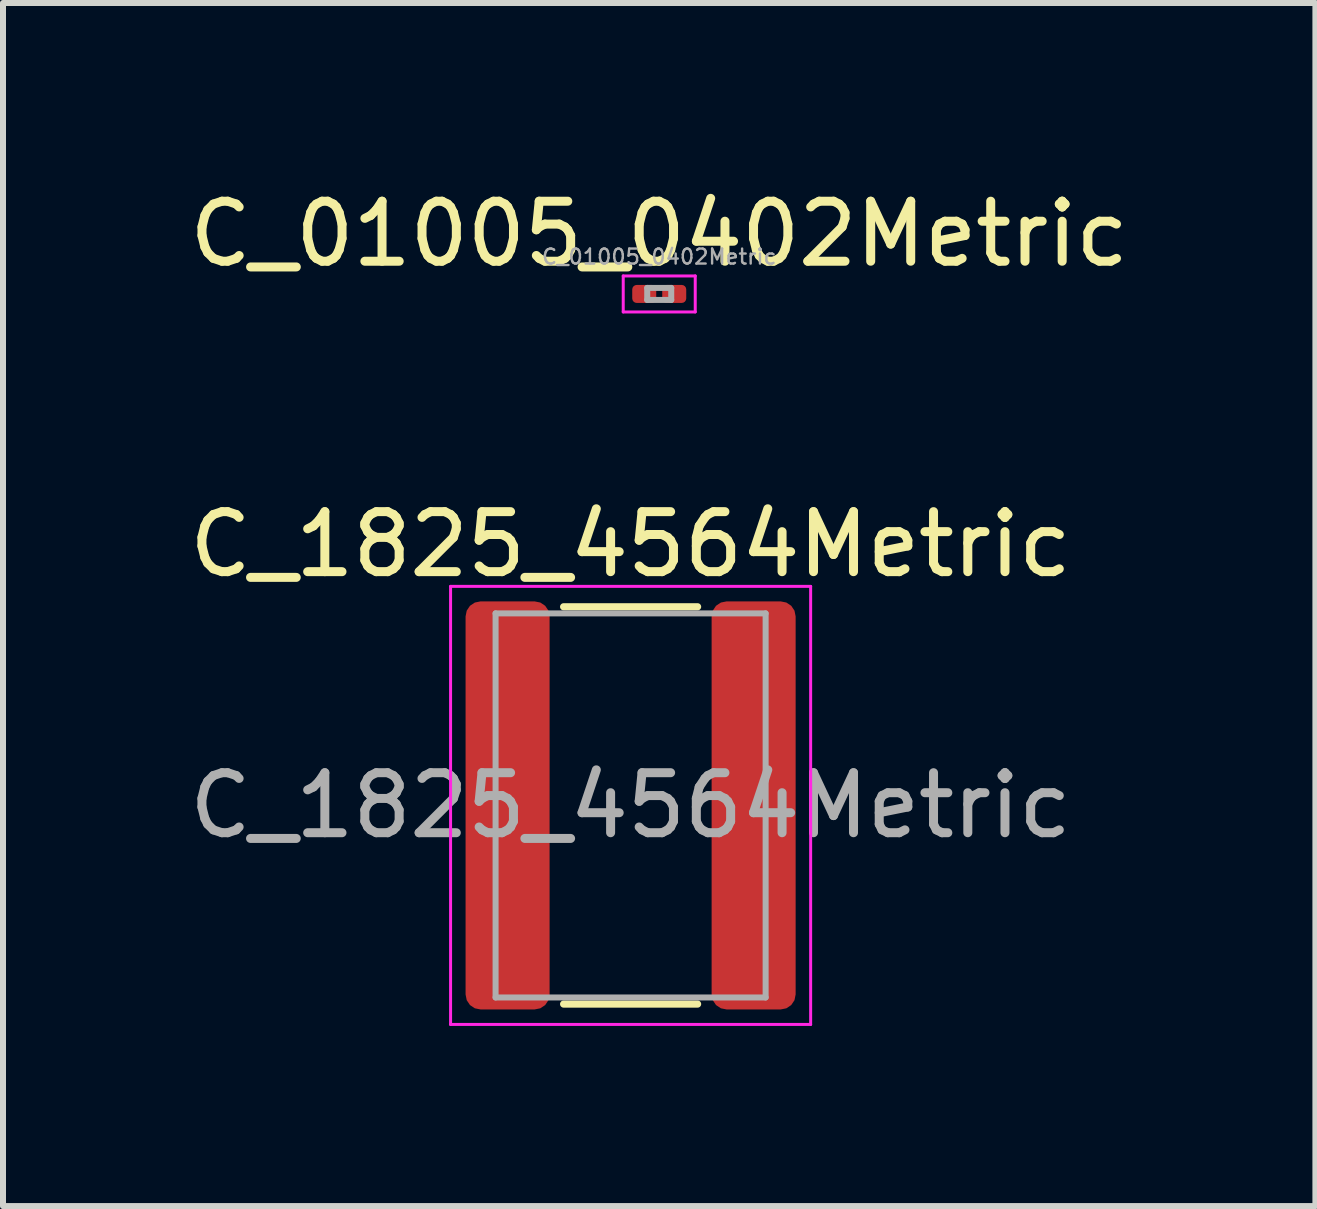
<source format=kicad_pcb>
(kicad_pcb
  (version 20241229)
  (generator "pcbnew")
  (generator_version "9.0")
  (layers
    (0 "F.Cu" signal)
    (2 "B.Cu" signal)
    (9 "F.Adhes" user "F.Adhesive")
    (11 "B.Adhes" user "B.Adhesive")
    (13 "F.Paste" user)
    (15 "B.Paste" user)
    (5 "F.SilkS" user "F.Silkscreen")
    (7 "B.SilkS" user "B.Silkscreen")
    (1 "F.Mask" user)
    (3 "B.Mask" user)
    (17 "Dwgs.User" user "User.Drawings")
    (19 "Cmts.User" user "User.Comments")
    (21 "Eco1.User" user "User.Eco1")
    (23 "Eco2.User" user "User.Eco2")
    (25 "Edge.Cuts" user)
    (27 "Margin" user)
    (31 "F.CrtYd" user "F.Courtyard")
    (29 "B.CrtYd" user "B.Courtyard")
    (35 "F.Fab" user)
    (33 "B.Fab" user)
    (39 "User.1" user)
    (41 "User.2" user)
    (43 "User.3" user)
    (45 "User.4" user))
  (footprint "C_1825_4564Metric"
    (layer "F.Cu")
    (at 7.458 10.371)
    (property "Reference" "C_1825_4564Metric" (at 0 -4.35 0) (layer "F.SilkS") (effects (font (size 1 1) (thickness 0.15))))
    (attr smd)
    (fp_line (start -1.116 -3.31) (end 1.116 -3.31) (stroke (width 0.12) (type solid)) (layer "F.SilkS"))
    (fp_line (start -1.116 3.31) (end 1.116 3.31) (stroke (width 0.12) (type solid)) (layer "F.SilkS"))
    (fp_line (start -3 -3.65) (end 3 -3.65) (stroke (width 0.05) (type solid)) (layer "F.CrtYd"))
    (fp_line (start -3 3.65) (end -3 -3.65) (stroke (width 0.05) (type solid)) (layer "F.CrtYd"))
    (fp_line (start 3 -3.65) (end 3 3.65) (stroke (width 0.05) (type solid)) (layer "F.CrtYd"))
    (fp_line (start 3 3.65) (end -3 3.65) (stroke (width 0.05) (type solid)) (layer "F.CrtYd"))
    (fp_line (start -2.25 -3.2) (end 2.25 -3.2) (stroke (width 0.1) (type solid)) (layer "F.Fab"))
    (fp_line (start -2.25 3.2) (end -2.25 -3.2) (stroke (width 0.1) (type solid)) (layer "F.Fab"))
    (fp_line (start 2.25 -3.2) (end 2.25 3.2) (stroke (width 0.1) (type solid)) (layer "F.Fab"))
    (fp_line (start 2.25 3.2) (end -2.25 3.2) (stroke (width 0.1) (type solid)) (layer "F.Fab"))
    (fp_text user "${REFERENCE}" (at 0 0 0) (layer "F.Fab") (effects (font (size 1 1) (thickness 0.15))))
    (pad "1" smd roundrect (at -2.05 0) (size 1.4 6.8) (layers "F.Cu" "F.Mask" "F.Paste") (roundrect_rratio 0.179))
    (pad "2" smd roundrect (at 2.05 0) (size 1.4 6.8) (layers "F.Cu" "F.Mask" "F.Paste") (roundrect_rratio 0.179)))
  (footprint "C_01005_0402Metric"
    (layer "F.Cu")
    (at 7.935 1.848)
    (property "Reference" "C_01005_0402Metric" (at 0 -1 0) (layer "F.SilkS") (effects (font (size 1 1) (thickness 0.15))))
    (attr smd)
    (fp_line (start -0.6 -0.3) (end 0.6 -0.3) (stroke (width 0.05) (type solid)) (layer "F.CrtYd"))
    (fp_line (start -0.6 0.3) (end -0.6 -0.3) (stroke (width 0.05) (type solid)) (layer "F.CrtYd"))
    (fp_line (start 0.6 -0.3) (end 0.6 0.3) (stroke (width 0.05) (type solid)) (layer "F.CrtYd"))
    (fp_line (start 0.6 0.3) (end -0.6 0.3) (stroke (width 0.05) (type solid)) (layer "F.CrtYd"))
    (fp_line (start -0.2 -0.1) (end 0.2 -0.1) (stroke (width 0.1) (type solid)) (layer "F.Fab"))
    (fp_line (start -0.2 0.1) (end -0.2 -0.1) (stroke (width 0.1) (type solid)) (layer "F.Fab"))
    (fp_line (start 0.2 -0.1) (end 0.2 0.1) (stroke (width 0.1) (type solid)) (layer "F.Fab"))
    (fp_line (start 0.2 0.1) (end -0.2 0.1) (stroke (width 0.1) (type solid)) (layer "F.Fab"))
    (fp_text user "${REFERENCE}" (at 0 -0.62 0) (layer "F.Fab") (effects (font (size 0.25 0.25) (thickness 0.04))))
    (pad "" smd roundrect (at -0.275 0) (size 0.27 0.27) (layers "F.Paste") (roundrect_rratio 0.25))
    (pad "" smd roundrect (at 0.275 0) (size 0.27 0.27) (layers "F.Paste") (roundrect_rratio 0.25))
    (pad "1" smd roundrect (at -0.25 0) (size 0.4 0.3) (layers "F.Cu" "F.Mask") (roundrect_rratio 0.25))
    (pad "2" smd roundrect (at 0.25 0) (size 0.4 0.3) (layers "F.Cu" "F.Mask") (roundrect_rratio 0.25)))
  (gr_rect
    (start -3 -3)
    (end 18.869 17.047)
    (stroke (width 0.1) (type default))
    (fill no)
    (layer "Edge.Cuts")))
</source>
